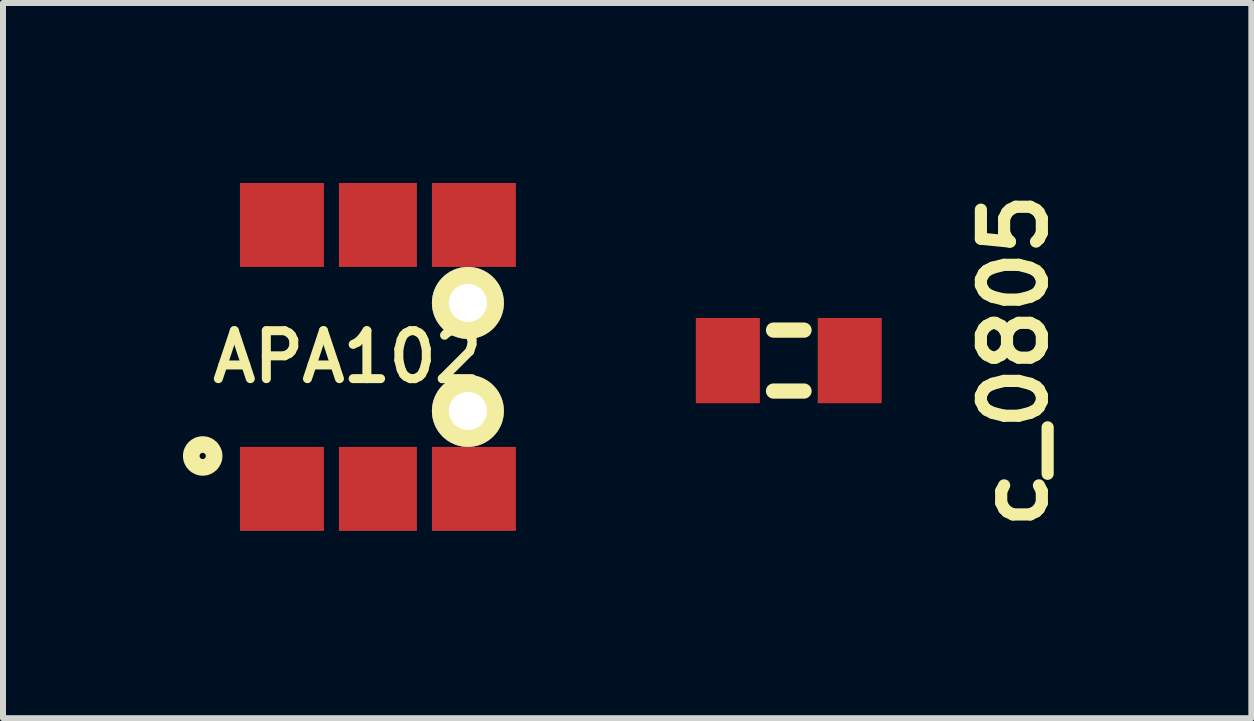
<source format=kicad_pcb>
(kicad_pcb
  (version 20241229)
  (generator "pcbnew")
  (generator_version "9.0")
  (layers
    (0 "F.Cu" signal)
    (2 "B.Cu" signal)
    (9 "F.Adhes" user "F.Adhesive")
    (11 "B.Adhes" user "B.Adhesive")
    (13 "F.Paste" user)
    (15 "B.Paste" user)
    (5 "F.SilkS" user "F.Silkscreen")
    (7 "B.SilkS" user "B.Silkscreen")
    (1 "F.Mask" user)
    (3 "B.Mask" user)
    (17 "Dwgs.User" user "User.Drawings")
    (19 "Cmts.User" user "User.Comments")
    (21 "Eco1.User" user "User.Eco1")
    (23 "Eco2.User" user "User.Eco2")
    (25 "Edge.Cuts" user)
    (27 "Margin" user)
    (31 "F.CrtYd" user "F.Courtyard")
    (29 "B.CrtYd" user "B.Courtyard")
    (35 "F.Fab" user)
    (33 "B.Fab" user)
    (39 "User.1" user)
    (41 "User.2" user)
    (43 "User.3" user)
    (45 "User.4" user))
  (footprint "c_0805"
    (layer "F.Cu")
    (at 10.099 2.961)
    (property "Reference" "c_0805" (at 3.759 0 270) (layer "F.SilkS") (effects (font (size 1.016 1.016) (thickness 0.203))))
    (attr smd)
    (fp_line (start -0.254 -0.508) (end 0.254 -0.508) (stroke (width 0.254) (type solid)) (layer "F.SilkS"))
    (fp_line (start 0.254 0.508) (end -0.254 0.508) (stroke (width 0.254) (type solid)) (layer "F.SilkS"))
    (pad "1" smd rect (at 1.016 0) (size 1.067 1.422) (layers "F.Cu" "F.Mask" "F.Paste"))
    (pad "2" smd rect (at -1.016 0) (size 1.067 1.422) (layers "F.Cu" "F.Mask" "F.Paste")))
  (footprint "APA102"
    (layer "F.Cu")
    (at 3.25 2.9)
    (property "Reference" "APA102" (at -0.508 0 0) (layer "F.SilkS") (effects (font (size 0.8 0.8) (thickness 0.15))))
    (attr smd)
    (fp_circle (center -2.921 1.651) (end -2.794 1.651) (stroke (width 0.15) (type solid)) (fill no) (layer "F.SilkS"))
    (fp_circle (center -2.921 1.651) (end -2.667 1.651) (stroke (width 0.15) (type solid)) (fill no) (layer "F.SilkS"))
    (pad "1" smd rect (at -1.6 2.2 90) (size 1.4 1.4) (layers "F.Cu" "F.Mask" "F.Paste"))
    (pad "2" smd rect (at 0 2.2 90) (size 1.4 1.3) (layers "F.Cu" "F.Mask" "F.Paste"))
    (pad "3" thru_hole circle (at 1.5 0.9) (size 1.2 1.2) (drill 0.635) (layers "*.Cu" "F.SilkS"))
    (pad "3" smd rect (at 1.6 2.2 90) (size 1.4 1.4) (layers "F.Cu" "F.Mask" "F.Paste"))
    (pad "4" thru_hole circle (at 1.5 -0.9) (size 1.2 1.2) (drill 0.635) (layers "*.Cu" "F.SilkS"))
    (pad "4" smd rect (at 1.6 -2.2 90) (size 1.4 1.4) (layers "F.Cu" "F.Mask" "F.Paste"))
    (pad "5" smd rect (at 0 -2.2 90) (size 1.4 1.3) (layers "F.Cu" "F.Mask" "F.Paste"))
    (pad "6" smd rect (at -1.6 -2.2 90) (size 1.4 1.4) (layers "F.Cu" "F.Mask" "F.Paste")))
  (gr_rect
    (start -3 -3)
    (end 17.81 8.922)
    (stroke (width 0.1) (type default))
    (fill no)
    (layer "Edge.Cuts")))
</source>
